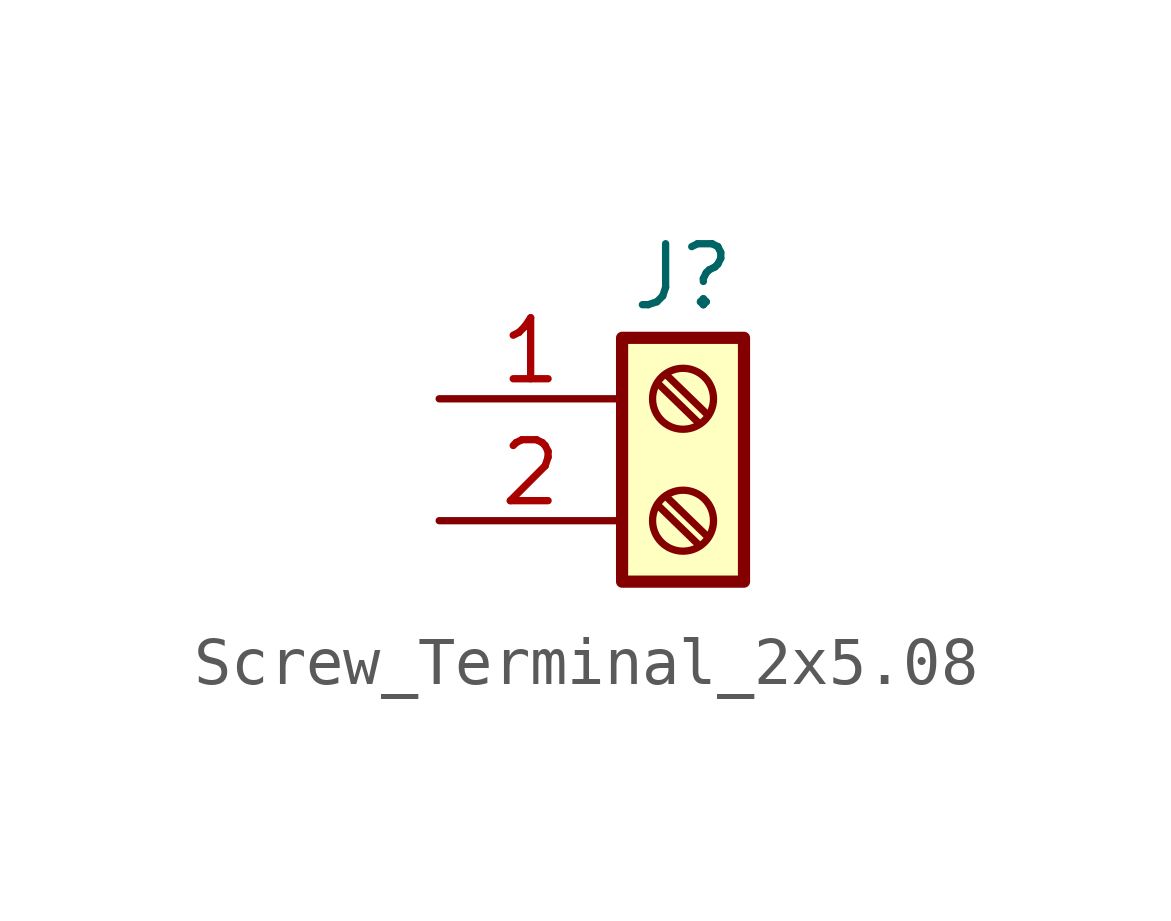
<source format=kicad_sym>
(kicad_symbol_lib
  (version 20231120)
  (generator "kicad_symbol_editor")
  (generator_version "8.0")
  (symbol "Screw_Terminal_2x5.08"
    (pin_names
      (offset 1.016) hide)
    (property "Reference" "J"
      (at 0 2.54 0)
      (effects (font (size 1.27 1.27))))
    (symbol "Screw_Terminal_2x5.08_1_1"
      (rectangle (start -1.27 1.27) (end 1.27 -3.81) (stroke (width 0.254) (type default)) (fill (type background)))
      (circle (center 0 -2.54) (radius 0.635) (stroke (width 0.152) (type default)) (fill (type none)))
      (polyline (pts (xy -0.533 -2.21) (xy 0.33 -3.048)) (stroke (width 0.152) (type default)) (fill (type none)))
      (polyline (pts (xy -0.533 0.33) (xy 0.33 -0.508)) (stroke (width 0.152) (type default)) (fill (type none)))
      (polyline (pts (xy -0.356 -2.032) (xy 0.508 -2.87)) (stroke (width 0.152) (type default)) (fill (type none)))
      (polyline (pts (xy -0.356 0.508) (xy 0.508 -0.33)) (stroke (width 0.152) (type default)) (fill (type none)))
      (circle (center 0 0) (radius 0.635) (stroke (width 0.152) (type default)) (fill (type none)))
      (pin passive line (at -5.08 0 0) (length 3.81) (name "Pin_1" (effects (font (size 1.27 1.27)))) (number "1" (effects (font (size 1.27 1.27)))))
      (pin passive line (at -5.08 -2.54 0) (length 3.81) (name "Pin_2" (effects (font (size 1.27 1.27)))) (number "2" (effects (font (size 1.27 1.27))))))))
</source>
